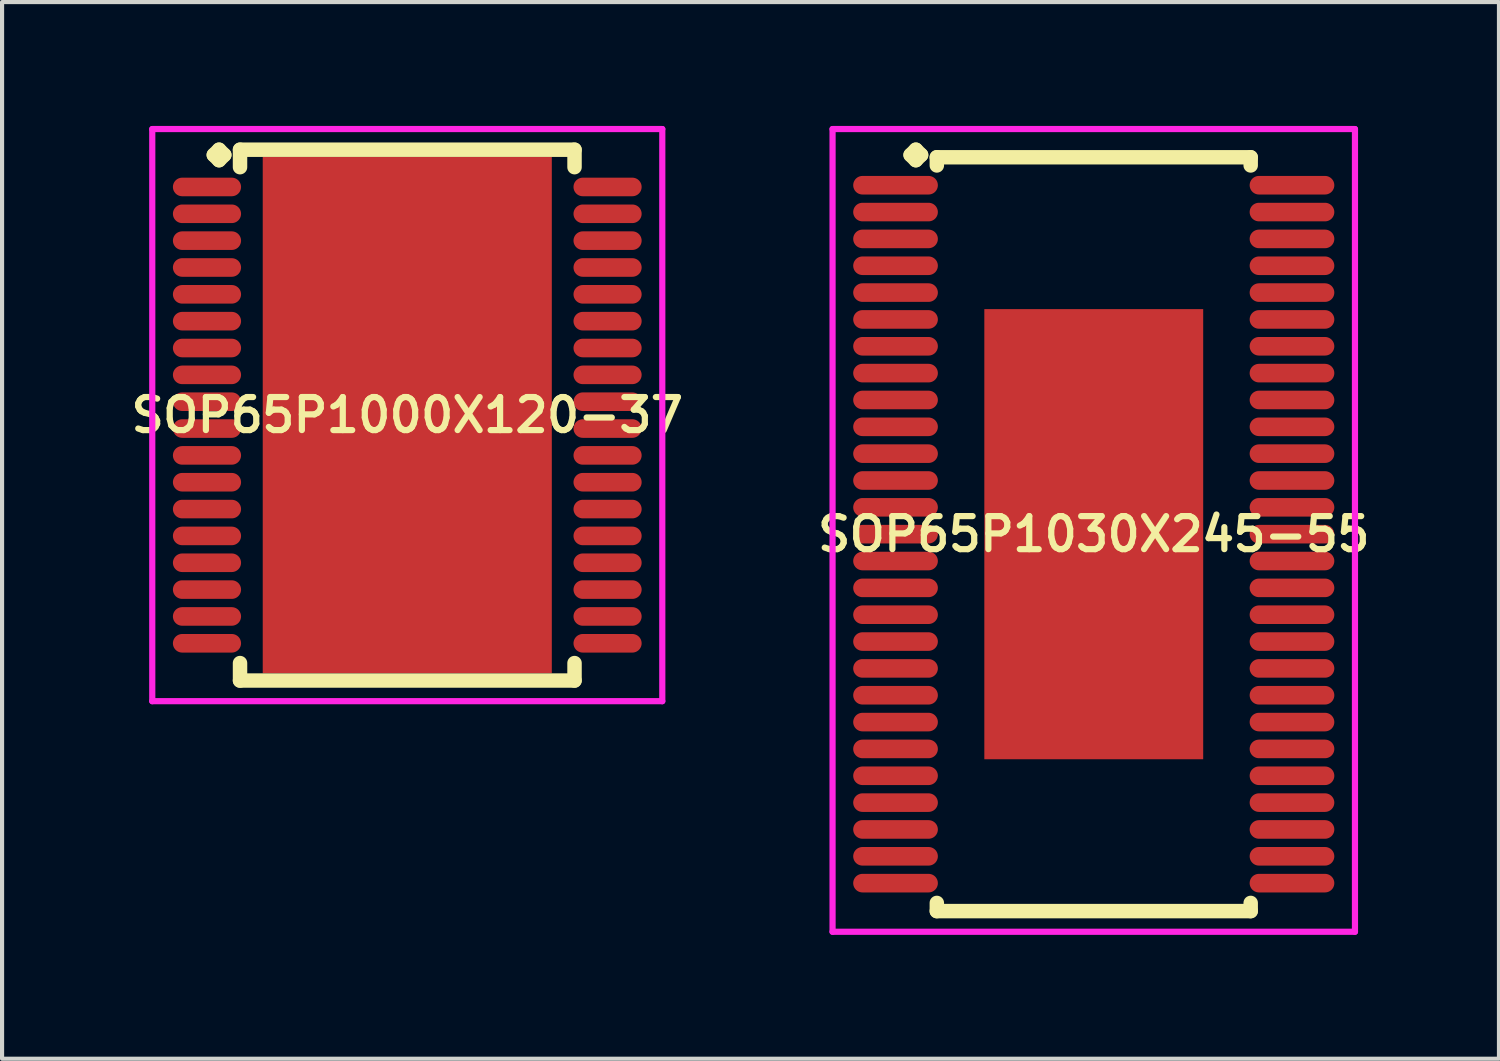
<source format=kicad_pcb>
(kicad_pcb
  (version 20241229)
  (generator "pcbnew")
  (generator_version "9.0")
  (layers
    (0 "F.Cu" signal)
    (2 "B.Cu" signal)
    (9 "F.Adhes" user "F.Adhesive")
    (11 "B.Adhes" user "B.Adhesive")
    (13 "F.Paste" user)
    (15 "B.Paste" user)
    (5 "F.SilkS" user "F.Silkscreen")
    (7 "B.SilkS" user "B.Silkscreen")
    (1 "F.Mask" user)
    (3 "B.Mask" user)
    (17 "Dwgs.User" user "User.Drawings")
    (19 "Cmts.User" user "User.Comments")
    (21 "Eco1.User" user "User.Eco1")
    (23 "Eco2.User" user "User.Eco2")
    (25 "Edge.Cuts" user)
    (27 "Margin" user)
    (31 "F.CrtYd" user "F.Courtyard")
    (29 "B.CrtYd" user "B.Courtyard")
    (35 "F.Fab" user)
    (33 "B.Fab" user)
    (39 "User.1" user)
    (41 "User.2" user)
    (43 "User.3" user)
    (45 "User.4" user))
  (footprint "SOP65P1000X120-37"
    (layer "F.Cu")
    (at 6.812 7.002)
    (property "Reference" "SOP65P1000X120-37" (at 0 0 0) (layer "F.SilkS") (effects (font (size 0.8 0.8) (thickness 0.15))))
    (attr smd)
    (fp_line (start -4.685 -6.3) (end -4.558 -6.427) (stroke (width 0.35) (type solid)) (layer "F.SilkS"))
    (fp_line (start -4.558 -6.427) (end -4.431 -6.3) (stroke (width 0.35) (type solid)) (layer "F.SilkS"))
    (fp_line (start -4.558 -6.173) (end -4.685 -6.3) (stroke (width 0.35) (type solid)) (layer "F.SilkS"))
    (fp_line (start -4.431 -6.3) (end -4.558 -6.173) (stroke (width 0.35) (type solid)) (layer "F.SilkS"))
    (fp_line (start -4.05 -6.427) (end 4.05 -6.427) (stroke (width 0.35) (type solid)) (layer "F.SilkS"))
    (fp_line (start -4.05 -6.004) (end -4.05 -6.427) (stroke (width 0.35) (type solid)) (layer "F.SilkS"))
    (fp_line (start -4.05 6.004) (end -4.05 6.427) (stroke (width 0.35) (type solid)) (layer "F.SilkS"))
    (fp_line (start -4.05 6.427) (end 4.05 6.427) (stroke (width 0.35) (type solid)) (layer "F.SilkS"))
    (fp_line (start 4.05 -6.427) (end 4.05 -6.004) (stroke (width 0.35) (type solid)) (layer "F.SilkS"))
    (fp_line (start 4.05 6.427) (end 4.05 6.004) (stroke (width 0.35) (type solid)) (layer "F.SilkS"))
    (fp_line (start -6.175 -6.927) (end 6.175 -6.927) (stroke (width 0.15) (type solid)) (layer "F.CrtYd"))
    (fp_line (start -6.175 6.927) (end -6.175 -6.927) (stroke (width 0.15) (type solid)) (layer "F.CrtYd"))
    (fp_line (start 6.175 -6.927) (end 6.175 6.927) (stroke (width 0.15) (type solid)) (layer "F.CrtYd"))
    (fp_line (start 6.175 6.927) (end -6.175 6.927) (stroke (width 0.15) (type solid)) (layer "F.CrtYd"))
    (pad "1" smd oval (at -4.85 -5.525) (size 1.65 0.45) (layers "F.Cu" "F.Mask" "F.Paste"))
    (pad "2" smd oval (at -4.85 -4.875) (size 1.65 0.45) (layers "F.Cu" "F.Mask" "F.Paste"))
    (pad "3" smd oval (at -4.85 -4.225) (size 1.65 0.45) (layers "F.Cu" "F.Mask" "F.Paste"))
    (pad "4" smd oval (at -4.85 -3.575) (size 1.65 0.45) (layers "F.Cu" "F.Mask" "F.Paste"))
    (pad "5" smd oval (at -4.85 -2.925) (size 1.65 0.45) (layers "F.Cu" "F.Mask" "F.Paste"))
    (pad "6" smd oval (at -4.85 -2.275) (size 1.65 0.45) (layers "F.Cu" "F.Mask" "F.Paste"))
    (pad "7" smd oval (at -4.85 -1.625) (size 1.65 0.45) (layers "F.Cu" "F.Mask" "F.Paste"))
    (pad "8" smd oval (at -4.85 -0.975) (size 1.65 0.45) (layers "F.Cu" "F.Mask" "F.Paste"))
    (pad "9" smd oval (at -4.85 -0.325) (size 1.65 0.45) (layers "F.Cu" "F.Mask" "F.Paste"))
    (pad "10" smd oval (at -4.85 0.325) (size 1.65 0.45) (layers "F.Cu" "F.Mask" "F.Paste"))
    (pad "11" smd oval (at -4.85 0.975) (size 1.65 0.45) (layers "F.Cu" "F.Mask" "F.Paste"))
    (pad "12" smd oval (at -4.85 1.625) (size 1.65 0.45) (layers "F.Cu" "F.Mask" "F.Paste"))
    (pad "13" smd oval (at -4.85 2.275) (size 1.65 0.45) (layers "F.Cu" "F.Mask" "F.Paste"))
    (pad "14" smd oval (at -4.85 2.925) (size 1.65 0.45) (layers "F.Cu" "F.Mask" "F.Paste"))
    (pad "15" smd oval (at -4.85 3.575) (size 1.65 0.45) (layers "F.Cu" "F.Mask" "F.Paste"))
    (pad "16" smd oval (at -4.85 4.225) (size 1.65 0.45) (layers "F.Cu" "F.Mask" "F.Paste"))
    (pad "17" smd oval (at -4.85 4.875) (size 1.65 0.45) (layers "F.Cu" "F.Mask" "F.Paste"))
    (pad "18" smd oval (at -4.85 5.525) (size 1.65 0.45) (layers "F.Cu" "F.Mask" "F.Paste"))
    (pad "19" smd oval (at 4.85 5.525) (size 1.65 0.45) (layers "F.Cu" "F.Mask" "F.Paste"))
    (pad "20" smd oval (at 4.85 4.875) (size 1.65 0.45) (layers "F.Cu" "F.Mask" "F.Paste"))
    (pad "21" smd oval (at 4.85 4.225) (size 1.65 0.45) (layers "F.Cu" "F.Mask" "F.Paste"))
    (pad "22" smd oval (at 4.85 3.575) (size 1.65 0.45) (layers "F.Cu" "F.Mask" "F.Paste"))
    (pad "23" smd oval (at 4.85 2.925) (size 1.65 0.45) (layers "F.Cu" "F.Mask" "F.Paste"))
    (pad "24" smd oval (at 4.85 2.275) (size 1.65 0.45) (layers "F.Cu" "F.Mask" "F.Paste"))
    (pad "25" smd oval (at 4.85 1.625) (size 1.65 0.45) (layers "F.Cu" "F.Mask" "F.Paste"))
    (pad "26" smd oval (at 4.85 0.975) (size 1.65 0.45) (layers "F.Cu" "F.Mask" "F.Paste"))
    (pad "27" smd oval (at 4.85 0.325) (size 1.65 0.45) (layers "F.Cu" "F.Mask" "F.Paste"))
    (pad "28" smd oval (at 4.85 -0.325) (size 1.65 0.45) (layers "F.Cu" "F.Mask" "F.Paste"))
    (pad "29" smd oval (at 4.85 -0.975) (size 1.65 0.45) (layers "F.Cu" "F.Mask" "F.Paste"))
    (pad "30" smd oval (at 4.85 -1.625) (size 1.65 0.45) (layers "F.Cu" "F.Mask" "F.Paste"))
    (pad "31" smd oval (at 4.85 -2.275) (size 1.65 0.45) (layers "F.Cu" "F.Mask" "F.Paste"))
    (pad "32" smd oval (at 4.85 -2.925) (size 1.65 0.45) (layers "F.Cu" "F.Mask" "F.Paste"))
    (pad "33" smd oval (at 4.85 -3.575) (size 1.65 0.45) (layers "F.Cu" "F.Mask" "F.Paste"))
    (pad "34" smd oval (at 4.85 -4.225) (size 1.65 0.45) (layers "F.Cu" "F.Mask" "F.Paste"))
    (pad "35" smd oval (at 4.85 -4.875) (size 1.65 0.45) (layers "F.Cu" "F.Mask" "F.Paste"))
    (pad "36" smd oval (at 4.85 -5.525) (size 1.65 0.45) (layers "F.Cu" "F.Mask" "F.Paste"))
    (pad "37" smd rect (at 0 0) (size 7 12.5) (layers "F.Cu" "F.Mask" "F.Paste")))
  (footprint "SOP65P1030X245-55"
    (layer "F.Cu")
    (at 23.435 9.885)
    (property "Reference" "SOP65P1030X245-55" (at 0 0 0) (layer "F.SilkS") (effects (font (size 0.8 0.8) (thickness 0.15))))
    (attr through_hole)
    (fp_line (start -4.435 -9.183) (end -4.308 -9.31) (stroke (width 0.35) (type solid)) (layer "F.SilkS"))
    (fp_line (start -4.308 -9.31) (end -4.181 -9.183) (stroke (width 0.35) (type solid)) (layer "F.SilkS"))
    (fp_line (start -4.308 -9.056) (end -4.435 -9.183) (stroke (width 0.35) (type solid)) (layer "F.SilkS"))
    (fp_line (start -4.181 -9.183) (end -4.308 -9.056) (stroke (width 0.35) (type solid)) (layer "F.SilkS"))
    (fp_line (start -3.8 -9.127) (end 3.8 -9.127) (stroke (width 0.35) (type solid)) (layer "F.SilkS"))
    (fp_line (start -3.8 -8.929) (end -3.8 -9.127) (stroke (width 0.35) (type solid)) (layer "F.SilkS"))
    (fp_line (start -3.8 8.929) (end -3.8 9.127) (stroke (width 0.35) (type solid)) (layer "F.SilkS"))
    (fp_line (start -3.8 9.127) (end 3.8 9.127) (stroke (width 0.35) (type solid)) (layer "F.SilkS"))
    (fp_line (start 3.8 -9.127) (end 3.8 -8.929) (stroke (width 0.35) (type solid)) (layer "F.SilkS"))
    (fp_line (start 3.8 9.127) (end 3.8 8.929) (stroke (width 0.35) (type solid)) (layer "F.SilkS"))
    (fp_line (start -6.325 -9.81) (end 6.325 -9.81) (stroke (width 0.15) (type solid)) (layer "F.CrtYd"))
    (fp_line (start -6.325 9.627) (end -6.325 -9.81) (stroke (width 0.15) (type solid)) (layer "F.CrtYd"))
    (fp_line (start 6.325 -9.81) (end 6.325 9.627) (stroke (width 0.15) (type solid)) (layer "F.CrtYd"))
    (fp_line (start 6.325 9.627) (end -6.325 9.627) (stroke (width 0.15) (type solid)) (layer "F.CrtYd"))
    (pad "1" smd oval (at -4.8 -8.45) (size 2.05 0.45) (layers "F.Cu" "F.Mask" "F.Paste"))
    (pad "2" smd oval (at -4.8 -7.8) (size 2.05 0.45) (layers "F.Cu" "F.Mask" "F.Paste"))
    (pad "3" smd oval (at -4.8 -7.15) (size 2.05 0.45) (layers "F.Cu" "F.Mask" "F.Paste"))
    (pad "4" smd oval (at -4.8 -6.5) (size 2.05 0.45) (layers "F.Cu" "F.Mask" "F.Paste"))
    (pad "5" smd oval (at -4.8 -5.85) (size 2.05 0.45) (layers "F.Cu" "F.Mask" "F.Paste"))
    (pad "6" smd oval (at -4.8 -5.2) (size 2.05 0.45) (layers "F.Cu" "F.Mask" "F.Paste"))
    (pad "7" smd oval (at -4.8 -4.55) (size 2.05 0.45) (layers "F.Cu" "F.Mask" "F.Paste"))
    (pad "8" smd oval (at -4.8 -3.9) (size 2.05 0.45) (layers "F.Cu" "F.Mask" "F.Paste"))
    (pad "9" smd oval (at -4.8 -3.25) (size 2.05 0.45) (layers "F.Cu" "F.Mask" "F.Paste"))
    (pad "10" smd oval (at -4.8 -2.6) (size 2.05 0.45) (layers "F.Cu" "F.Mask" "F.Paste"))
    (pad "11" smd oval (at -4.8 -1.95) (size 2.05 0.45) (layers "F.Cu" "F.Mask" "F.Paste"))
    (pad "12" smd oval (at -4.8 -1.3) (size 2.05 0.45) (layers "F.Cu" "F.Mask" "F.Paste"))
    (pad "13" smd oval (at -4.8 -0.65) (size 2.05 0.45) (layers "F.Cu" "F.Mask" "F.Paste"))
    (pad "14" smd oval (at -4.8 0) (size 2.05 0.45) (layers "F.Cu" "F.Mask" "F.Paste"))
    (pad "15" smd oval (at -4.8 0.65) (size 2.05 0.45) (layers "F.Cu" "F.Mask" "F.Paste"))
    (pad "16" smd oval (at -4.8 1.3) (size 2.05 0.45) (layers "F.Cu" "F.Mask" "F.Paste"))
    (pad "17" smd oval (at -4.8 1.95) (size 2.05 0.45) (layers "F.Cu" "F.Mask" "F.Paste"))
    (pad "18" smd oval (at -4.8 2.6) (size 2.05 0.45) (layers "F.Cu" "F.Mask" "F.Paste"))
    (pad "19" smd oval (at -4.8 3.25) (size 2.05 0.45) (layers "F.Cu" "F.Mask" "F.Paste"))
    (pad "20" smd oval (at -4.8 3.9) (size 2.05 0.45) (layers "F.Cu" "F.Mask" "F.Paste"))
    (pad "21" smd oval (at -4.8 4.55) (size 2.05 0.45) (layers "F.Cu" "F.Mask" "F.Paste"))
    (pad "22" smd oval (at -4.8 5.2) (size 2.05 0.45) (layers "F.Cu" "F.Mask" "F.Paste"))
    (pad "23" smd oval (at -4.8 5.85) (size 2.05 0.45) (layers "F.Cu" "F.Mask" "F.Paste"))
    (pad "24" smd oval (at -4.8 6.5) (size 2.05 0.45) (layers "F.Cu" "F.Mask" "F.Paste"))
    (pad "25" smd oval (at -4.8 7.15) (size 2.05 0.45) (layers "F.Cu" "F.Mask" "F.Paste"))
    (pad "26" smd oval (at -4.8 7.8) (size 2.05 0.45) (layers "F.Cu" "F.Mask" "F.Paste"))
    (pad "27" smd oval (at -4.8 8.45) (size 2.05 0.45) (layers "F.Cu" "F.Mask" "F.Paste"))
    (pad "28" smd oval (at 4.8 8.45) (size 2.05 0.45) (layers "F.Cu" "F.Mask" "F.Paste"))
    (pad "29" smd oval (at 4.8 7.8) (size 2.05 0.45) (layers "F.Cu" "F.Mask" "F.Paste"))
    (pad "30" smd oval (at 4.8 7.15) (size 2.05 0.45) (layers "F.Cu" "F.Mask" "F.Paste"))
    (pad "31" smd oval (at 4.8 6.5) (size 2.05 0.45) (layers "F.Cu" "F.Mask" "F.Paste"))
    (pad "32" smd oval (at 4.8 5.85) (size 2.05 0.45) (layers "F.Cu" "F.Mask" "F.Paste"))
    (pad "33" smd oval (at 4.8 5.2) (size 2.05 0.45) (layers "F.Cu" "F.Mask" "F.Paste"))
    (pad "34" smd oval (at 4.8 4.55) (size 2.05 0.45) (layers "F.Cu" "F.Mask" "F.Paste"))
    (pad "35" smd oval (at 4.8 3.9) (size 2.05 0.45) (layers "F.Cu" "F.Mask" "F.Paste"))
    (pad "36" smd oval (at 4.8 3.25) (size 2.05 0.45) (layers "F.Cu" "F.Mask" "F.Paste"))
    (pad "37" smd oval (at 4.8 2.6) (size 2.05 0.45) (layers "F.Cu" "F.Mask" "F.Paste"))
    (pad "38" smd oval (at 4.8 1.95) (size 2.05 0.45) (layers "F.Cu" "F.Mask" "F.Paste"))
    (pad "39" smd oval (at 4.8 1.3) (size 2.05 0.45) (layers "F.Cu" "F.Mask" "F.Paste"))
    (pad "40" smd oval (at 4.8 0.65) (size 2.05 0.45) (layers "F.Cu" "F.Mask" "F.Paste"))
    (pad "41" smd oval (at 4.8 0) (size 2.05 0.45) (layers "F.Cu" "F.Mask" "F.Paste"))
    (pad "42" smd oval (at 4.8 -0.65) (size 2.05 0.45) (layers "F.Cu" "F.Mask" "F.Paste"))
    (pad "43" smd oval (at 4.8 -1.3) (size 2.05 0.45) (layers "F.Cu" "F.Mask" "F.Paste"))
    (pad "44" smd oval (at 4.8 -1.95) (size 2.05 0.45) (layers "F.Cu" "F.Mask" "F.Paste"))
    (pad "45" smd oval (at 4.8 -2.6) (size 2.05 0.45) (layers "F.Cu" "F.Mask" "F.Paste"))
    (pad "46" smd oval (at 4.8 -3.25) (size 2.05 0.45) (layers "F.Cu" "F.Mask" "F.Paste"))
    (pad "47" smd oval (at 4.8 -3.9) (size 2.05 0.45) (layers "F.Cu" "F.Mask" "F.Paste"))
    (pad "48" smd oval (at 4.8 -4.55) (size 2.05 0.45) (layers "F.Cu" "F.Mask" "F.Paste"))
    (pad "49" smd oval (at 4.8 -5.2) (size 2.05 0.45) (layers "F.Cu" "F.Mask" "F.Paste"))
    (pad "50" smd oval (at 4.8 -5.85) (size 2.05 0.45) (layers "F.Cu" "F.Mask" "F.Paste"))
    (pad "51" smd oval (at 4.8 -6.5) (size 2.05 0.45) (layers "F.Cu" "F.Mask" "F.Paste"))
    (pad "52" smd oval (at 4.8 -7.15) (size 2.05 0.45) (layers "F.Cu" "F.Mask" "F.Paste"))
    (pad "53" smd oval (at 4.8 -7.8) (size 2.05 0.45) (layers "F.Cu" "F.Mask" "F.Paste"))
    (pad "54" smd oval (at 4.8 -8.45) (size 2.05 0.45) (layers "F.Cu" "F.Mask" "F.Paste"))
    (pad "55" smd rect (at 0 0) (size 5.3 10.9) (layers "F.Cu" "F.Mask" "F.Paste")))
  (gr_rect
    (start -3 -3)
    (end 33.247 22.587)
    (stroke (width 0.1) (type default))
    (fill no)
    (layer "Edge.Cuts")))
</source>
